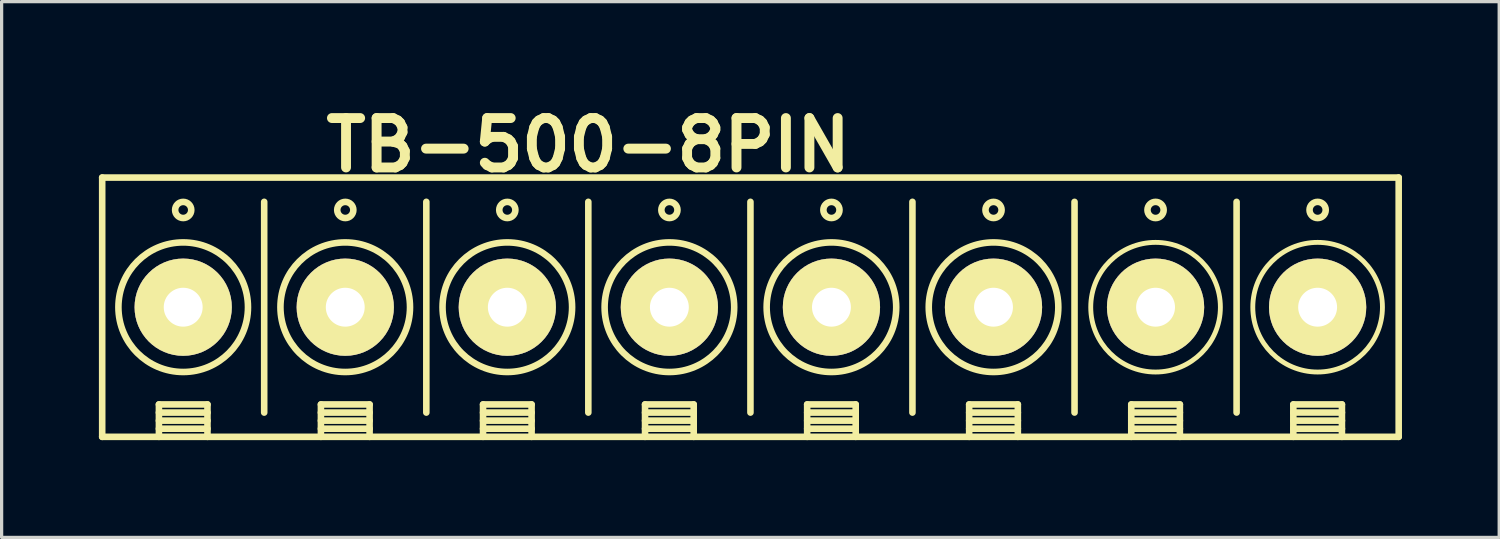
<source format=kicad_pcb>
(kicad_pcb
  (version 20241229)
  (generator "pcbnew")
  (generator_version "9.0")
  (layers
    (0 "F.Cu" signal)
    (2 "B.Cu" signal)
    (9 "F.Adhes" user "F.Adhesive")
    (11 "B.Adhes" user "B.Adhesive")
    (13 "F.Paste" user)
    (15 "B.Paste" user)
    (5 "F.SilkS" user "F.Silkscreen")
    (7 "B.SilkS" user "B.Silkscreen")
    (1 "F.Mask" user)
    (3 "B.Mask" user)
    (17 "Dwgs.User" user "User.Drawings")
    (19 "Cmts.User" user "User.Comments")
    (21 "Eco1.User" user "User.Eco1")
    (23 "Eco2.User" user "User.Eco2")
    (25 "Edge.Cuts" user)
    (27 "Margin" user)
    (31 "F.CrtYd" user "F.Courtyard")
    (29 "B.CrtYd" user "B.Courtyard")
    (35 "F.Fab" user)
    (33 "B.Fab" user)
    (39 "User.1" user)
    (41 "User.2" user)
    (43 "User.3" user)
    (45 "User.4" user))
  (footprint "TB-500-8PIN"
    (layer "F.Cu")
    (at 2.602 6.428)
    (property "Reference" "TB-500-8PIN" (at 12.499 -5.001 0) (layer "F.SilkS") (effects (font (size 1.524 1.524) (thickness 0.305))))
    (attr through_hole)
    (fp_line (start -2.5 -4) (end 37.5 -4) (stroke (width 0.203) (type solid)) (layer "F.SilkS"))
    (fp_line (start -2.5 4) (end 37.5 4) (stroke (width 0.203) (type solid)) (layer "F.SilkS"))
    (fp_line (start -2.499 4) (end -2.499 -4) (stroke (width 0.203) (type solid)) (layer "F.SilkS"))
    (fp_line (start -0.749 3) (end 0.749 3) (stroke (width 0.203) (type solid)) (layer "F.SilkS"))
    (fp_line (start -0.749 3.251) (end 0.749 3.251) (stroke (width 0.203) (type solid)) (layer "F.SilkS"))
    (fp_line (start -0.749 3.5) (end 0.749 3.5) (stroke (width 0.203) (type solid)) (layer "F.SilkS"))
    (fp_line (start -0.749 3.749) (end 0.749 3.749) (stroke (width 0.203) (type solid)) (layer "F.SilkS"))
    (fp_line (start -0.749 4) (end -0.749 3) (stroke (width 0.203) (type solid)) (layer "F.SilkS"))
    (fp_line (start 0.749 4) (end 0.749 3) (stroke (width 0.203) (type solid)) (layer "F.SilkS"))
    (fp_line (start 2.499 3.251) (end 2.499 -3.251) (stroke (width 0.203) (type solid)) (layer "F.SilkS"))
    (fp_line (start 4.249 3) (end 4.249 4) (stroke (width 0.203) (type solid)) (layer "F.SilkS"))
    (fp_line (start 4.249 3) (end 5.751 3) (stroke (width 0.203) (type solid)) (layer "F.SilkS"))
    (fp_line (start 4.249 3.251) (end 5.751 3.251) (stroke (width 0.203) (type solid)) (layer "F.SilkS"))
    (fp_line (start 4.249 3.5) (end 5.751 3.5) (stroke (width 0.203) (type solid)) (layer "F.SilkS"))
    (fp_line (start 4.249 3.749) (end 5.751 3.749) (stroke (width 0.203) (type solid)) (layer "F.SilkS"))
    (fp_line (start 5.751 3) (end 5.751 4) (stroke (width 0.203) (type solid)) (layer "F.SilkS"))
    (fp_line (start 7.501 -3.251) (end 7.501 3.251) (stroke (width 0.203) (type solid)) (layer "F.SilkS"))
    (fp_line (start 9.251 3) (end 10.749 3) (stroke (width 0.203) (type solid)) (layer "F.SilkS"))
    (fp_line (start 9.251 3.251) (end 10.749 3.251) (stroke (width 0.203) (type solid)) (layer "F.SilkS"))
    (fp_line (start 9.251 3.5) (end 10.749 3.5) (stroke (width 0.203) (type solid)) (layer "F.SilkS"))
    (fp_line (start 9.251 3.749) (end 10.749 3.749) (stroke (width 0.203) (type solid)) (layer "F.SilkS"))
    (fp_line (start 9.251 4) (end 9.251 3) (stroke (width 0.203) (type solid)) (layer "F.SilkS"))
    (fp_line (start 10.749 3) (end 10.749 4) (stroke (width 0.203) (type solid)) (layer "F.SilkS"))
    (fp_line (start 12.499 -3.251) (end 12.499 3.251) (stroke (width 0.203) (type solid)) (layer "F.SilkS"))
    (fp_line (start 14.249 3) (end 15.751 3) (stroke (width 0.203) (type solid)) (layer "F.SilkS"))
    (fp_line (start 14.249 3.251) (end 15.751 3.251) (stroke (width 0.203) (type solid)) (layer "F.SilkS"))
    (fp_line (start 14.249 3.5) (end 15.751 3.5) (stroke (width 0.203) (type solid)) (layer "F.SilkS"))
    (fp_line (start 14.249 3.749) (end 15.751 3.749) (stroke (width 0.203) (type solid)) (layer "F.SilkS"))
    (fp_line (start 14.249 4) (end 14.249 3) (stroke (width 0.203) (type solid)) (layer "F.SilkS"))
    (fp_line (start 15.751 3) (end 15.751 4) (stroke (width 0.203) (type solid)) (layer "F.SilkS"))
    (fp_line (start 17.501 -3.251) (end 17.501 3.251) (stroke (width 0.203) (type solid)) (layer "F.SilkS"))
    (fp_line (start 19.251 3) (end 20.749 3) (stroke (width 0.203) (type solid)) (layer "F.SilkS"))
    (fp_line (start 19.251 3.251) (end 20.749 3.251) (stroke (width 0.203) (type solid)) (layer "F.SilkS"))
    (fp_line (start 19.251 3.5) (end 20.749 3.5) (stroke (width 0.203) (type solid)) (layer "F.SilkS"))
    (fp_line (start 19.251 3.749) (end 20.749 3.749) (stroke (width 0.203) (type solid)) (layer "F.SilkS"))
    (fp_line (start 19.251 4) (end 19.251 3) (stroke (width 0.203) (type solid)) (layer "F.SilkS"))
    (fp_line (start 20.749 3) (end 20.749 4) (stroke (width 0.203) (type solid)) (layer "F.SilkS"))
    (fp_line (start 22.499 -3.251) (end 22.499 3.251) (stroke (width 0.203) (type solid)) (layer "F.SilkS"))
    (fp_line (start 24.249 3) (end 25.751 3) (stroke (width 0.203) (type solid)) (layer "F.SilkS"))
    (fp_line (start 24.249 3.5) (end 25.751 3.5) (stroke (width 0.203) (type solid)) (layer "F.SilkS"))
    (fp_line (start 24.249 4) (end 24.249 3) (stroke (width 0.203) (type solid)) (layer "F.SilkS"))
    (fp_line (start 25.751 3) (end 25.751 4) (stroke (width 0.203) (type solid)) (layer "F.SilkS"))
    (fp_line (start 25.751 3.251) (end 24.249 3.251) (stroke (width 0.203) (type solid)) (layer "F.SilkS"))
    (fp_line (start 25.751 3.749) (end 24.249 3.749) (stroke (width 0.203) (type solid)) (layer "F.SilkS"))
    (fp_line (start 27.5 -3.25) (end 27.5 3.25) (stroke (width 0.203) (type solid)) (layer "F.SilkS"))
    (fp_line (start 29.25 3) (end 30.75 3) (stroke (width 0.203) (type solid)) (layer "F.SilkS"))
    (fp_line (start 29.25 3.25) (end 30.75 3.25) (stroke (width 0.203) (type solid)) (layer "F.SilkS"))
    (fp_line (start 29.25 3.5) (end 30.75 3.5) (stroke (width 0.203) (type solid)) (layer "F.SilkS"))
    (fp_line (start 29.25 3.75) (end 30.75 3.75) (stroke (width 0.203) (type solid)) (layer "F.SilkS"))
    (fp_line (start 29.25 4) (end 29.25 3) (stroke (width 0.203) (type solid)) (layer "F.SilkS"))
    (fp_line (start 30.75 3) (end 30.75 4) (stroke (width 0.203) (type solid)) (layer "F.SilkS"))
    (fp_line (start 32.5 -3.25) (end 32.5 3.25) (stroke (width 0.203) (type solid)) (layer "F.SilkS"))
    (fp_line (start 34.25 3) (end 35.75 3) (stroke (width 0.203) (type solid)) (layer "F.SilkS"))
    (fp_line (start 34.25 3.25) (end 35.75 3.25) (stroke (width 0.203) (type solid)) (layer "F.SilkS"))
    (fp_line (start 34.25 3.5) (end 35.75 3.5) (stroke (width 0.203) (type solid)) (layer "F.SilkS"))
    (fp_line (start 34.25 3.75) (end 35.75 3.75) (stroke (width 0.203) (type solid)) (layer "F.SilkS"))
    (fp_line (start 34.25 4) (end 34.25 3) (stroke (width 0.203) (type solid)) (layer "F.SilkS"))
    (fp_line (start 35.75 3) (end 35.75 4) (stroke (width 0.203) (type solid)) (layer "F.SilkS"))
    (fp_line (start 37.501 -4) (end 37.501 4) (stroke (width 0.203) (type solid)) (layer "F.SilkS"))
    (fp_circle (center 0 -3) (end 0.249 -3) (stroke (width 0.203) (type solid)) (fill no) (layer "F.SilkS"))
    (fp_circle (center 0 0) (end 1.999 0) (stroke (width 0.203) (type solid)) (fill no) (layer "F.SilkS"))
    (fp_circle (center 4.999 0) (end 3 0) (stroke (width 0.203) (type solid)) (fill no) (layer "F.SilkS"))
    (fp_circle (center 5.001 -3) (end 5.25 -3) (stroke (width 0.203) (type solid)) (fill no) (layer "F.SilkS"))
    (fp_circle (center 10 -3) (end 10.249 -3) (stroke (width 0.203) (type solid)) (fill no) (layer "F.SilkS"))
    (fp_circle (center 10 0) (end 11.999 0) (stroke (width 0.203) (type solid)) (fill no) (layer "F.SilkS"))
    (fp_circle (center 15.001 -3) (end 15.25 -3) (stroke (width 0.203) (type solid)) (fill no) (layer "F.SilkS"))
    (fp_circle (center 15.001 0) (end 17 0) (stroke (width 0.203) (type solid)) (fill no) (layer "F.SilkS"))
    (fp_circle (center 20 -3) (end 20.249 -3) (stroke (width 0.203) (type solid)) (fill no) (layer "F.SilkS"))
    (fp_circle (center 20 0) (end 21.999 0) (stroke (width 0.203) (type solid)) (fill no) (layer "F.SilkS"))
    (fp_circle (center 25.001 -3) (end 25.25 -3) (stroke (width 0.203) (type solid)) (fill no) (layer "F.SilkS"))
    (fp_circle (center 25.001 0) (end 27 0) (stroke (width 0.203) (type solid)) (fill no) (layer "F.SilkS"))
    (fp_circle (center 30 -3) (end 30.25 -3) (stroke (width 0.203) (type solid)) (fill no) (layer "F.SilkS"))
    (fp_circle (center 30 0) (end 32 0) (stroke (width 0.15) (type solid)) (fill no) (layer "F.SilkS"))
    (fp_circle (center 35 -3) (end 35.25 -3) (stroke (width 0.203) (type solid)) (fill no) (layer "F.SilkS"))
    (fp_circle (center 35 0) (end 33 0) (stroke (width 0.15) (type solid)) (fill no) (layer "F.SilkS"))
    (pad "1" thru_hole circle (at 0 0) (size 3 3) (drill 1.2) (layers "*.Cu" "*.Mask" "F.SilkS"))
    (pad "2" thru_hole circle (at 5 0) (size 3 3) (drill 1.2) (layers "*.Cu" "*.Mask" "F.SilkS"))
    (pad "3" thru_hole circle (at 10 0) (size 3 3) (drill 1.2) (layers "*.Cu" "*.Mask" "F.SilkS"))
    (pad "4" thru_hole circle (at 15 0) (size 3 3) (drill 1.2) (layers "*.Cu" "*.Mask" "F.SilkS"))
    (pad "5" thru_hole circle (at 20 0) (size 3 3) (drill 1.2) (layers "*.Cu" "*.Mask" "F.SilkS"))
    (pad "6" thru_hole circle (at 25 0) (size 3 3) (drill 1.2) (layers "*.Cu" "*.Mask" "F.SilkS"))
    (pad "7" thru_hole circle (at 30 0) (size 3 3) (drill 1.2) (layers "*.Cu" "*.Mask" "F.SilkS"))
    (pad "8" thru_hole circle (at 35 0) (size 3 3) (drill 1.2) (layers "*.Cu" "*.Mask" "F.SilkS")))
  (gr_rect
    (start -3 -3)
    (end 43.204 13.53)
    (stroke (width 0.1) (type default))
    (fill no)
    (layer "Edge.Cuts")))
</source>
